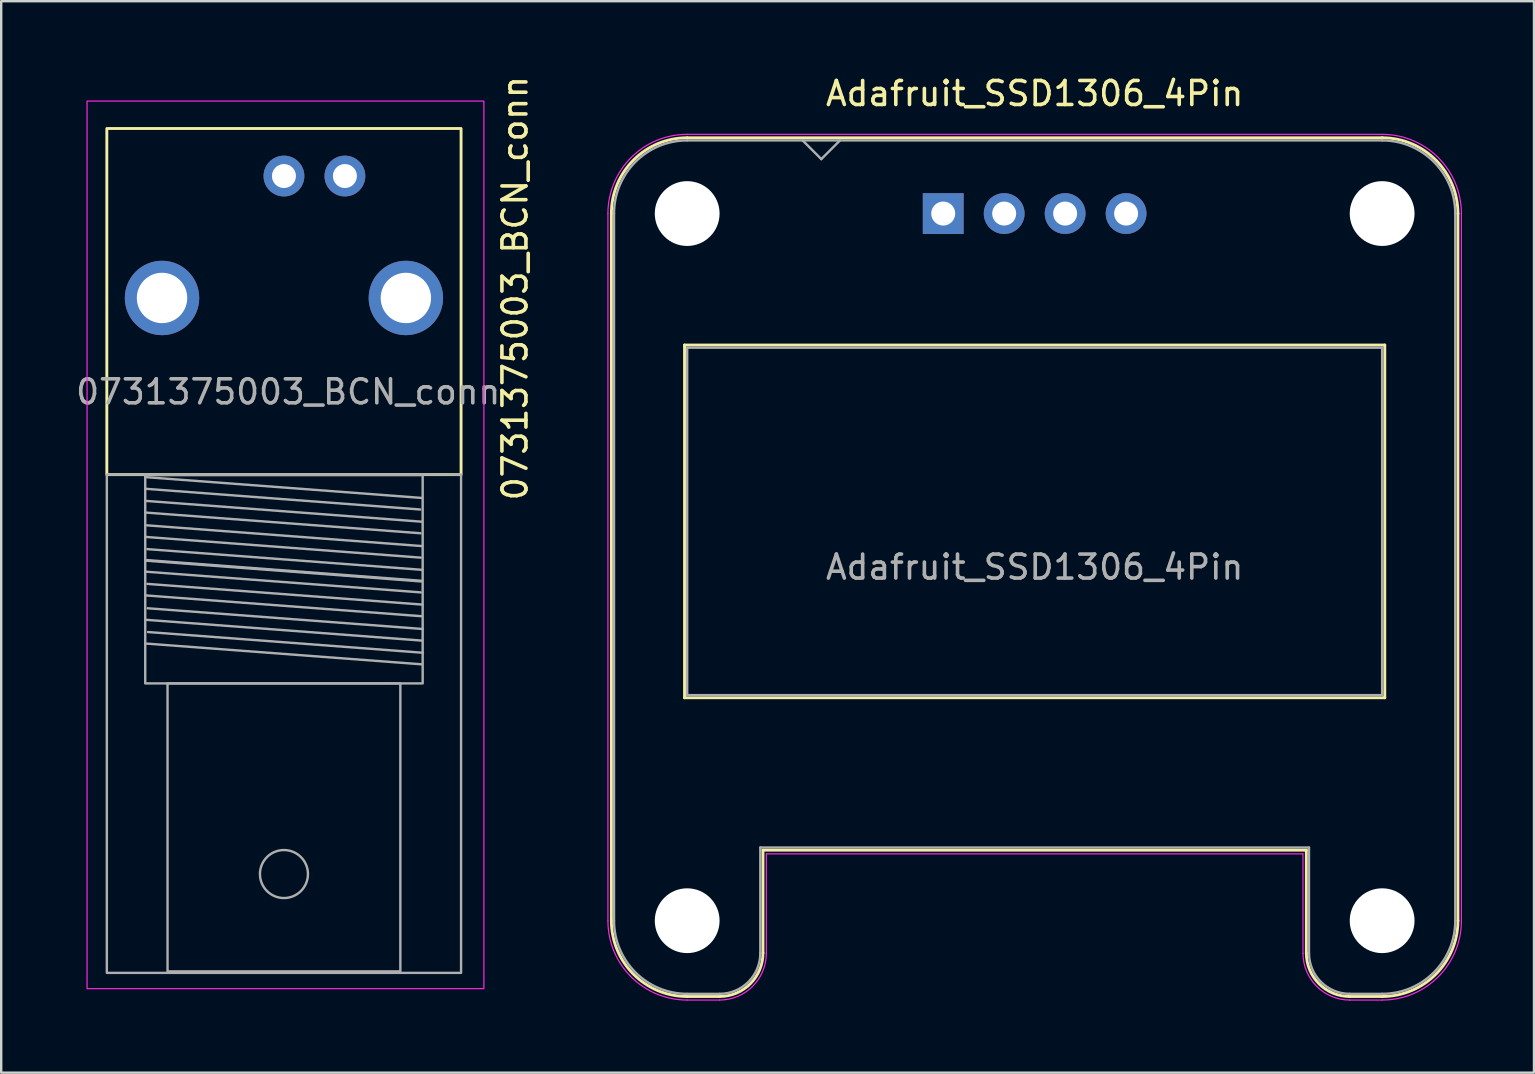
<source format=kicad_pcb>
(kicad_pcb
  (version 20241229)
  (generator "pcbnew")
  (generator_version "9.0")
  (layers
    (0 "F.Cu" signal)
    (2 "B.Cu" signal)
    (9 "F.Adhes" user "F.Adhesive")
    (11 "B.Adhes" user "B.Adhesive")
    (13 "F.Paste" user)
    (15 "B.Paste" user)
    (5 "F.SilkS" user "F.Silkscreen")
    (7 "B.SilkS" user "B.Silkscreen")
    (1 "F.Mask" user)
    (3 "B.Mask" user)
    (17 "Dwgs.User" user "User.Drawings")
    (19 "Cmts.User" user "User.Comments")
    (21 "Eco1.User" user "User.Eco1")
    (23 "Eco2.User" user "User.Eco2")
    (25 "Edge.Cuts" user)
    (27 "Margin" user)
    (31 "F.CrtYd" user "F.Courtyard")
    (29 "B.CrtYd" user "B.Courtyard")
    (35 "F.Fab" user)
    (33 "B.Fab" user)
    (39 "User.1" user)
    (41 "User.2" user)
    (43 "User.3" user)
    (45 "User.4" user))
  (footprint "0731375003_BCN_conn"
    (layer "F.Cu")
    (at 8.781 9.365)
    (property "Reference" "0731375003_BCN_conn" (at 9.627 -0.406 90) (unlocked yes) (layer "F.SilkS") (effects (font (size 1 1) (thickness 0.15))))
    (attr through_hole)
    (fp_rect (start -7.38 -7.06) (end 7.38 7.36) (stroke (width 0.12) (type solid)) (fill no) (layer "F.SilkS"))
    (fp_rect (start 8.331 -8.204) (end -8.204 28.778) (stroke (width 0.05) (type solid)) (fill no) (layer "F.CrtYd"))
    (fp_line (start -5.779 7.95) (end 5.677 8.814) (stroke (width 0.1) (type solid)) (layer "F.Fab"))
    (fp_line (start -5.766 8.941) (end 5.69 9.804) (stroke (width 0.1) (type solid)) (layer "F.Fab"))
    (fp_line (start -5.753 9.957) (end 5.702 10.82) (stroke (width 0.1) (type solid)) (layer "F.Fab"))
    (fp_line (start -5.753 11.405) (end 5.702 12.268) (stroke (width 0.1) (type solid)) (layer "F.Fab"))
    (fp_line (start -5.74 10.947) (end 5.715 11.811) (stroke (width 0.1) (type solid)) (layer "F.Fab"))
    (fp_line (start -5.74 12.395) (end 5.715 13.259) (stroke (width 0.1) (type solid)) (layer "F.Fab"))
    (fp_line (start -5.728 7.468) (end 5.728 8.331) (stroke (width 0.1) (type solid)) (layer "F.Fab"))
    (fp_line (start -5.728 13.411) (end 5.728 14.275) (stroke (width 0.1) (type solid)) (layer "F.Fab"))
    (fp_line (start -5.715 8.458) (end 5.74 9.322) (stroke (width 0.1) (type solid)) (layer "F.Fab"))
    (fp_line (start -5.715 14.402) (end 5.74 15.265) (stroke (width 0.1) (type solid)) (layer "F.Fab"))
    (fp_line (start -5.702 9.474) (end 5.753 10.338) (stroke (width 0.1) (type solid)) (layer "F.Fab"))
    (fp_line (start -5.702 10.922) (end 5.753 11.786) (stroke (width 0.1) (type solid)) (layer "F.Fab"))
    (fp_line (start -5.69 10.465) (end 5.766 11.328) (stroke (width 0.1) (type solid)) (layer "F.Fab"))
    (fp_line (start -5.69 11.913) (end 5.766 12.776) (stroke (width 0.1) (type solid)) (layer "F.Fab"))
    (fp_line (start -5.677 12.929) (end 5.779 13.792) (stroke (width 0.1) (type solid)) (layer "F.Fab"))
    (fp_line (start -5.664 13.919) (end 5.791 14.783) (stroke (width 0.1) (type solid)) (layer "F.Fab"))
    (fp_rect (start -7.38 28.12) (end 7.38 7.36) (stroke (width 0.1) (type solid)) (fill no) (layer "F.Fab"))
    (fp_rect (start -5.78 7.38) (end 5.78 16.06) (stroke (width 0.1) (type solid)) (fill no) (layer "F.Fab"))
    (fp_rect (start -4.85 16.06) (end 4.85 28.06) (stroke (width 0.1) (type solid)) (fill no) (layer "F.Fab"))
    (fp_circle (center 0 24.003) (end 1 24.003) (stroke (width 0.1) (type solid)) (fill no) (layer "F.Fab"))
    (fp_text user "${REFERENCE}" (at 0.178 3.912 0) (unlocked yes) (layer "F.Fab") (effects (font (size 1 1) (thickness 0.15))))
    (pad "" thru_hole circle (at -5.08 0) (size 3.1 3.1) (drill 2.1) (layers "*.Cu" "*.Mask"))
    (pad "" thru_hole circle (at 5.08 0) (size 3.1 3.1) (drill 2.1) (layers "*.Cu" "*.Mask"))
    (pad "1" thru_hole circle (at 0 -5.08) (size 1.7 1.7) (drill 1) (layers "*.Cu" "*.Mask" "Eco2.User"))
    (pad "2" thru_hole circle (at 2.54 -5.08) (size 1.7 1.7) (drill 1) (layers "*.Cu" "*.Mask")))
  (footprint "Adafruit_SSD1306_4Pin"
    (layer "F.Cu")
    (at 31.17 5.848)
    (property "Reference" "Adafruit_SSD1306_4Pin" (at 8.89 -5 0) (layer "F.SilkS") (effects (font (size 1 1) (thickness 0.15))))
    (attr through_hole)
    (fp_line (start -8.746 0) (end -8.746 29.464) (stroke (width 0.12) (type solid)) (layer "F.SilkS"))
    (fp_line (start -5.698 5.478) (end -5.698 20.176) (stroke (width 0.12) (type solid)) (layer "F.SilkS"))
    (fp_line (start -5.698 5.478) (end 23.478 5.478) (stroke (width 0.12) (type solid)) (layer "F.SilkS"))
    (fp_line (start -5.698 20.176) (end 23.478 20.176) (stroke (width 0.12) (type solid)) (layer "F.SilkS"))
    (fp_line (start -4.238 32.622) (end -5.59 32.622) (stroke (width 0.12) (type solid)) (layer "F.SilkS"))
    (fp_line (start -2.43 26.526) (end -2.43 30.814) (stroke (width 0.12) (type solid)) (layer "F.SilkS"))
    (fp_line (start -2.43 26.526) (end 20.21 26.526) (stroke (width 0.12) (type solid)) (layer "F.SilkS"))
    (fp_line (start 20.21 26.526) (end 20.21 30.814) (stroke (width 0.12) (type solid)) (layer "F.SilkS"))
    (fp_line (start 22.018 32.622) (end 23.37 32.622) (stroke (width 0.12) (type solid)) (layer "F.SilkS"))
    (fp_line (start 23.368 -3.158) (end -5.588 -3.158) (stroke (width 0.12) (type solid)) (layer "F.SilkS"))
    (fp_line (start 23.478 5.478) (end 23.478 20.176) (stroke (width 0.12) (type solid)) (layer "F.SilkS"))
    (fp_line (start 26.526 0) (end 26.526 29.464) (stroke (width 0.12) (type solid)) (layer "F.SilkS"))
    (fp_arc (start -8.746 0) (mid -7.821043 -2.233043) (end -5.588 -3.158) (stroke (width 0.12) (type solid)) (layer "F.SilkS"))
    (fp_arc (start -5.588 32.622) (mid -7.821043 31.697043) (end -8.746 29.464) (stroke (width 0.12) (type solid)) (layer "F.SilkS"))
    (fp_arc (start -2.43 30.812) (mid -2.958137 32.091035) (end -4.236 32.622) (stroke (width 0.12) (type solid)) (layer "F.SilkS"))
    (fp_arc (start 22.016 32.622) (mid 20.738137 32.091035) (end 20.21 30.812) (stroke (width 0.12) (type solid)) (layer "F.SilkS"))
    (fp_arc (start 23.368 -3.158) (mid 25.601043 -2.233043) (end 26.526 0) (stroke (width 0.12) (type solid)) (layer "F.SilkS"))
    (fp_arc (start 26.526 29.464) (mid 25.601043 31.697043) (end 23.368 32.622) (stroke (width 0.12) (type solid)) (layer "F.SilkS"))
    (fp_line (start -8.89 0) (end -8.89 29.47) (stroke (width 0.05) (type solid)) (layer "F.CrtYd"))
    (fp_line (start -4.24 32.77) (end -5.59 32.77) (stroke (width 0.05) (type solid)) (layer "F.CrtYd"))
    (fp_line (start -2.29 26.68) (end -2.29 30.82) (stroke (width 0.05) (type solid)) (layer "F.CrtYd"))
    (fp_line (start -2.29 26.68) (end 20.07 26.68) (stroke (width 0.05) (type solid)) (layer "F.CrtYd"))
    (fp_line (start 20.07 26.68) (end 20.07 30.82) (stroke (width 0.05) (type solid)) (layer "F.CrtYd"))
    (fp_line (start 22.02 32.77) (end 23.37 32.77) (stroke (width 0.05) (type solid)) (layer "F.CrtYd"))
    (fp_line (start 23.37 -3.3) (end -5.59 -3.3) (stroke (width 0.05) (type solid)) (layer "F.CrtYd"))
    (fp_line (start 26.67 0) (end 26.67 29.47) (stroke (width 0.05) (type solid)) (layer "F.CrtYd"))
    (fp_arc (start -8.89 0) (mid -7.923452 -2.333452) (end -5.59 -3.3) (stroke (width 0.05) (type solid)) (layer "F.CrtYd"))
    (fp_arc (start -5.59 32.77) (mid -7.923452 31.803452) (end -8.89 29.47) (stroke (width 0.05) (type solid)) (layer "F.CrtYd"))
    (fp_arc (start -2.29 30.82) (mid -2.861142 32.198858) (end -4.24 32.77) (stroke (width 0.05) (type solid)) (layer "F.CrtYd"))
    (fp_arc (start 22.02 32.77) (mid 20.641142 32.198858) (end 20.07 30.82) (stroke (width 0.05) (type solid)) (layer "F.CrtYd"))
    (fp_arc (start 23.37 -3.3) (mid 25.703452 -2.333452) (end 26.67 0) (stroke (width 0.05) (type solid)) (layer "F.CrtYd"))
    (fp_arc (start 26.67 29.47) (mid 25.703452 31.803452) (end 23.37 32.77) (stroke (width 0.05) (type solid)) (layer "F.CrtYd"))
    (fp_line (start -8.636 0) (end -8.636 29.464) (stroke (width 0.1) (type solid)) (layer "F.Fab"))
    (fp_line (start -5.588 5.588) (end -5.588 20.066) (stroke (width 0.1) (type solid)) (layer "F.Fab"))
    (fp_line (start -5.588 5.588) (end 23.368 5.588) (stroke (width 0.1) (type solid)) (layer "F.Fab"))
    (fp_line (start -5.588 20.066) (end 23.368 20.066) (stroke (width 0.1) (type solid)) (layer "F.Fab"))
    (fp_line (start -4.238 32.512) (end -5.59 32.512) (stroke (width 0.1) (type solid)) (layer "F.Fab"))
    (fp_line (start -2.54 26.416) (end -2.54 30.814) (stroke (width 0.1) (type solid)) (layer "F.Fab"))
    (fp_line (start -2.54 26.416) (end 20.32 26.416) (stroke (width 0.1) (type solid)) (layer "F.Fab"))
    (fp_line (start -0.78 -3.048) (end 0 -2.268) (stroke (width 0.1) (type solid)) (layer "F.Fab"))
    (fp_line (start 0 -2.268) (end 0.78 -3.048) (stroke (width 0.1) (type solid)) (layer "F.Fab"))
    (fp_line (start 20.32 26.416) (end 20.32 30.814) (stroke (width 0.1) (type solid)) (layer "F.Fab"))
    (fp_line (start 22.018 32.512) (end 23.37 32.512) (stroke (width 0.1) (type solid)) (layer "F.Fab"))
    (fp_line (start 23.368 -3.048) (end -5.588 -3.048) (stroke (width 0.1) (type solid)) (layer "F.Fab"))
    (fp_line (start 23.368 5.588) (end 23.368 20.066) (stroke (width 0.1) (type solid)) (layer "F.Fab"))
    (fp_line (start 26.416 0) (end 26.416 29.464) (stroke (width 0.1) (type solid)) (layer "F.Fab"))
    (fp_arc (start -8.636 0.002) (mid -7.744676 -2.153847) (end -5.59 -3.048) (stroke (width 0.1) (type solid)) (layer "F.Fab"))
    (fp_arc (start -5.59 32.512) (mid -7.744676 31.617847) (end -8.636 29.462) (stroke (width 0.1) (type solid)) (layer "F.Fab"))
    (fp_arc (start -2.54 30.812) (mid -3.035918 32.013253) (end -4.236 32.512) (stroke (width 0.1) (type solid)) (layer "F.Fab"))
    (fp_arc (start 22.016 32.512) (mid 20.815918 32.013253) (end 20.32 30.812) (stroke (width 0.1) (type solid)) (layer "F.Fab"))
    (fp_arc (start 23.368 -3.048) (mid 25.523261 -2.155261) (end 26.416 0) (stroke (width 0.1) (type solid)) (layer "F.Fab"))
    (fp_arc (start 26.416 29.464) (mid 25.523261 31.619261) (end 23.368 32.512) (stroke (width 0.1) (type solid)) (layer "F.Fab"))
    (fp_text user "${REFERENCE}" (at 8.89 14.732 0) (layer "F.Fab") (effects (font (size 1 1) (thickness 0.15))))
    (pad "" np_thru_hole circle (at -5.588 0) (size 2.7 2.7) (drill 2.7) (layers "*.Cu" "*.Mask"))
    (pad "" np_thru_hole circle (at -5.588 29.464) (size 2.7 2.7) (drill 2.7) (layers "*.Cu" "*.Mask"))
    (pad "" np_thru_hole circle (at 23.368 0) (size 2.7 2.7) (drill 2.7) (layers "*.Cu" "*.Mask"))
    (pad "" np_thru_hole circle (at 23.368 29.464) (size 2.7 2.7) (drill 2.7) (layers "*.Cu" "*.Mask"))
    (pad "1" thru_hole rect (at 5.08 0) (size 1.7 1.7) (drill 1) (layers "*.Cu" "*.Mask"))
    (pad "2" thru_hole circle (at 7.62 0) (size 1.7 1.7) (drill 1) (layers "*.Cu" "*.Mask"))
    (pad "3" thru_hole circle (at 10.16 0) (size 1.7 1.7) (drill 1) (layers "*.Cu" "*.Mask"))
    (pad "4" thru_hole circle (at 12.7 0) (size 1.7 1.7) (drill 1) (layers "*.Cu" "*.Mask")))
  (gr_rect
    (start -3 -3)
    (end 60.865 41.643)
    (stroke (width 0.1) (type default))
    (fill no)
    (layer "Edge.Cuts")))
</source>
